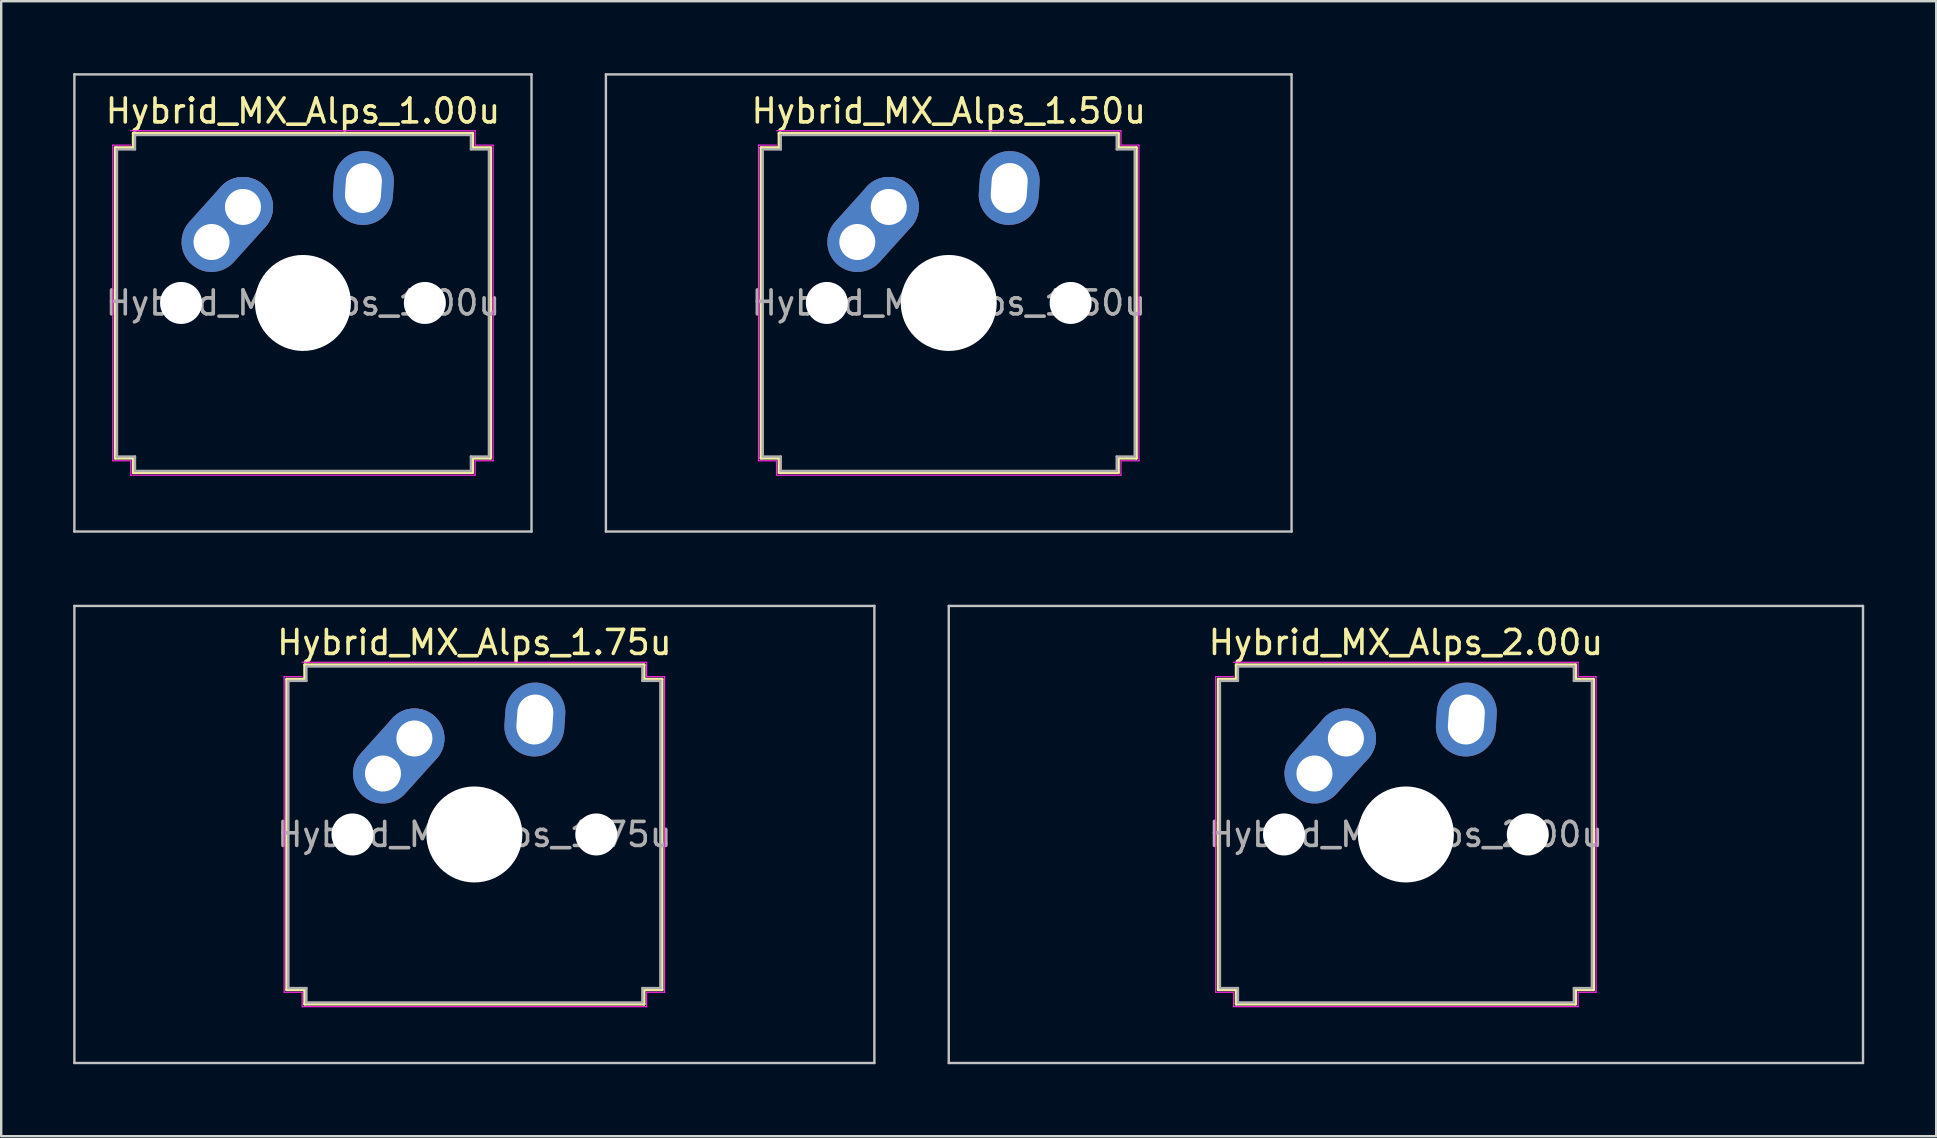
<source format=kicad_pcb>
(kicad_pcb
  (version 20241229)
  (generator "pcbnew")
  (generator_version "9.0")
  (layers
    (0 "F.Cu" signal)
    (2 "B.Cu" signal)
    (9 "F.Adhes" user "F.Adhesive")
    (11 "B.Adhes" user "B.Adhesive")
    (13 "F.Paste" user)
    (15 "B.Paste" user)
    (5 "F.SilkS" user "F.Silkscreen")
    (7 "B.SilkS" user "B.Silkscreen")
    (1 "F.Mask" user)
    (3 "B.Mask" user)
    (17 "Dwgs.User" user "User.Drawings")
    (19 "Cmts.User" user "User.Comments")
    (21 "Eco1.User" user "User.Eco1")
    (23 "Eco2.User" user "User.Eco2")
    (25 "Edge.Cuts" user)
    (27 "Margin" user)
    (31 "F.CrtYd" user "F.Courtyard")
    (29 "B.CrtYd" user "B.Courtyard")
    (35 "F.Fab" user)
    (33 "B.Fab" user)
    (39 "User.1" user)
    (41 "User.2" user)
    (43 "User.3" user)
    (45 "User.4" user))
  (footprint "Hybrid_MX_Alps_1.50u"
    (layer "F.Cu")
    (at 36.487 9.575)
    (property "Reference" "Hybrid_MX_Alps_1.50u" (at 0 -8 0) (layer "F.SilkS") (effects (font (size 1 1) (thickness 0.15))))
    (attr through_hole)
    (fp_line (start -7.821 -6.471) (end -7.071 -6.471) (stroke (width 0.12) (type solid)) (layer "F.SilkS"))
    (fp_line (start -7.821 6.471) (end -7.821 -6.471) (stroke (width 0.12) (type solid)) (layer "F.SilkS"))
    (fp_line (start -7.071 -7.071) (end 7.071 -7.071) (stroke (width 0.12) (type solid)) (layer "F.SilkS"))
    (fp_line (start -7.071 -6.471) (end -7.071 -7.071) (stroke (width 0.12) (type solid)) (layer "F.SilkS"))
    (fp_line (start -7.071 6.471) (end -7.821 6.471) (stroke (width 0.12) (type solid)) (layer "F.SilkS"))
    (fp_line (start -7.071 7.071) (end -7.071 6.471) (stroke (width 0.12) (type solid)) (layer "F.SilkS"))
    (fp_line (start 7.071 -7.071) (end 7.071 -6.471) (stroke (width 0.12) (type solid)) (layer "F.SilkS"))
    (fp_line (start 7.071 -6.471) (end 7.821 -6.471) (stroke (width 0.12) (type solid)) (layer "F.SilkS"))
    (fp_line (start 7.071 6.471) (end 7.071 7.071) (stroke (width 0.12) (type solid)) (layer "F.SilkS"))
    (fp_line (start 7.071 7.071) (end -7.071 7.071) (stroke (width 0.12) (type solid)) (layer "F.SilkS"))
    (fp_line (start 7.821 -6.471) (end 7.821 6.471) (stroke (width 0.12) (type solid)) (layer "F.SilkS"))
    (fp_line (start 7.821 6.471) (end 7.071 6.471) (stroke (width 0.12) (type solid)) (layer "F.SilkS"))
    (fp_line (start -14.287 -9.525) (end -14.287 9.525) (stroke (width 0.1) (type solid)) (layer "Dwgs.User"))
    (fp_line (start -14.287 9.525) (end 14.287 9.525) (stroke (width 0.1) (type solid)) (layer "Dwgs.User"))
    (fp_line (start 14.287 -9.525) (end -14.287 -9.525) (stroke (width 0.1) (type solid)) (layer "Dwgs.User"))
    (fp_line (start 14.287 9.525) (end 14.287 -9.525) (stroke (width 0.1) (type solid)) (layer "Dwgs.User"))
    (fp_line (start -7.927 -6.577) (end -7.177 -6.577) (stroke (width 0.05) (type solid)) (layer "F.CrtYd"))
    (fp_line (start -7.927 6.577) (end -7.927 -6.577) (stroke (width 0.05) (type solid)) (layer "F.CrtYd"))
    (fp_line (start -7.177 -7.177) (end 7.177 -7.177) (stroke (width 0.05) (type solid)) (layer "F.CrtYd"))
    (fp_line (start -7.177 6.577) (end -7.927 6.577) (stroke (width 0.05) (type solid)) (layer "F.CrtYd"))
    (fp_line (start -7.177 7.177) (end -7.177 6.577) (stroke (width 0.05) (type solid)) (layer "F.CrtYd"))
    (fp_line (start 7.177 -7.177) (end 7.177 -6.577) (stroke (width 0.05) (type solid)) (layer "F.CrtYd"))
    (fp_line (start 7.177 -6.577) (end 7.927 -6.577) (stroke (width 0.05) (type solid)) (layer "F.CrtYd"))
    (fp_line (start 7.177 6.577) (end 7.177 7.177) (stroke (width 0.05) (type solid)) (layer "F.CrtYd"))
    (fp_line (start 7.177 7.177) (end -7.177 7.177) (stroke (width 0.05) (type solid)) (layer "F.CrtYd"))
    (fp_line (start 7.927 -6.577) (end 7.927 6.577) (stroke (width 0.05) (type solid)) (layer "F.CrtYd"))
    (fp_line (start 7.927 6.577) (end 7.177 6.577) (stroke (width 0.05) (type solid)) (layer "F.CrtYd"))
    (fp_line (start -7.75 -6.4) (end -7 -6.4) (stroke (width 0.1) (type solid)) (layer "F.Fab"))
    (fp_line (start -7.75 6.4) (end -7.75 -6.4) (stroke (width 0.1) (type solid)) (layer "F.Fab"))
    (fp_line (start -7 -7) (end 7 -7) (stroke (width 0.1) (type solid)) (layer "F.Fab"))
    (fp_line (start -7 -6.4) (end -7 -7) (stroke (width 0.1) (type solid)) (layer "F.Fab"))
    (fp_line (start -7 6.4) (end -7.75 6.4) (stroke (width 0.1) (type solid)) (layer "F.Fab"))
    (fp_line (start -7 7) (end -7 6.4) (stroke (width 0.1) (type solid)) (layer "F.Fab"))
    (fp_line (start 7 -7) (end 7 -6.4) (stroke (width 0.1) (type solid)) (layer "F.Fab"))
    (fp_line (start 7 -6.4) (end 7.75 -6.4) (stroke (width 0.1) (type solid)) (layer "F.Fab"))
    (fp_line (start 7 6.4) (end 7 7) (stroke (width 0.1) (type solid)) (layer "F.Fab"))
    (fp_line (start 7 7) (end -7 7) (stroke (width 0.1) (type solid)) (layer "F.Fab"))
    (fp_line (start 7.75 -6.4) (end 7.75 6.4) (stroke (width 0.1) (type solid)) (layer "F.Fab"))
    (fp_line (start 7.75 6.4) (end 7 6.4) (stroke (width 0.1) (type solid)) (layer "F.Fab"))
    (fp_text user "${REFERENCE}" (at 0 0 0) (layer "F.Fab") (effects (font (size 1 1) (thickness 0.15))))
    (pad "" np_thru_hole circle (at -5.08 0) (size 1.75 1.75) (drill 1.75) (layers "*.Cu" "*.Mask"))
    (pad "" np_thru_hole circle (at 0 0) (size 4 4) (drill 4) (layers "*.Cu" "*.Mask"))
    (pad "" np_thru_hole circle (at 5.08 0) (size 1.75 1.75) (drill 1.75) (layers "*.Cu" "*.Mask"))
    (pad "1" thru_hole oval (at -3.81 -2.54 48) (size 4.462 2.5) (drill 1.5 (offset 0.981 0)) (layers "*.Cu" "*.Mask"))
    (pad "1" thru_hole circle (at -2.5 -4) (size 2.5 2.5) (drill 1.5) (layers "*.Cu" "*.Mask"))
    (pad "2" thru_hole oval (at 2.52 -4.79 86) (size 3.081 2.5) (drill oval 2.081 1.5) (layers "*.Cu" "*.Mask")))
  (footprint "Hybrid_MX_Alps_1.75u"
    (layer "F.Cu")
    (at 16.719 31.725)
    (property "Reference" "Hybrid_MX_Alps_1.75u" (at 0 -8 0) (layer "F.SilkS") (effects (font (size 1 1) (thickness 0.15))))
    (attr through_hole)
    (fp_line (start -7.821 -6.471) (end -7.071 -6.471) (stroke (width 0.12) (type solid)) (layer "F.SilkS"))
    (fp_line (start -7.821 6.471) (end -7.821 -6.471) (stroke (width 0.12) (type solid)) (layer "F.SilkS"))
    (fp_line (start -7.071 -7.071) (end 7.071 -7.071) (stroke (width 0.12) (type solid)) (layer "F.SilkS"))
    (fp_line (start -7.071 -6.471) (end -7.071 -7.071) (stroke (width 0.12) (type solid)) (layer "F.SilkS"))
    (fp_line (start -7.071 6.471) (end -7.821 6.471) (stroke (width 0.12) (type solid)) (layer "F.SilkS"))
    (fp_line (start -7.071 7.071) (end -7.071 6.471) (stroke (width 0.12) (type solid)) (layer "F.SilkS"))
    (fp_line (start 7.071 -7.071) (end 7.071 -6.471) (stroke (width 0.12) (type solid)) (layer "F.SilkS"))
    (fp_line (start 7.071 -6.471) (end 7.821 -6.471) (stroke (width 0.12) (type solid)) (layer "F.SilkS"))
    (fp_line (start 7.071 6.471) (end 7.071 7.071) (stroke (width 0.12) (type solid)) (layer "F.SilkS"))
    (fp_line (start 7.071 7.071) (end -7.071 7.071) (stroke (width 0.12) (type solid)) (layer "F.SilkS"))
    (fp_line (start 7.821 -6.471) (end 7.821 6.471) (stroke (width 0.12) (type solid)) (layer "F.SilkS"))
    (fp_line (start 7.821 6.471) (end 7.071 6.471) (stroke (width 0.12) (type solid)) (layer "F.SilkS"))
    (fp_line (start -16.669 -9.525) (end -16.669 9.525) (stroke (width 0.1) (type solid)) (layer "Dwgs.User"))
    (fp_line (start -16.669 9.525) (end 16.669 9.525) (stroke (width 0.1) (type solid)) (layer "Dwgs.User"))
    (fp_line (start 16.669 -9.525) (end -16.669 -9.525) (stroke (width 0.1) (type solid)) (layer "Dwgs.User"))
    (fp_line (start 16.669 9.525) (end 16.669 -9.525) (stroke (width 0.1) (type solid)) (layer "Dwgs.User"))
    (fp_line (start -7.927 -6.577) (end -7.177 -6.577) (stroke (width 0.05) (type solid)) (layer "F.CrtYd"))
    (fp_line (start -7.927 6.577) (end -7.927 -6.577) (stroke (width 0.05) (type solid)) (layer "F.CrtYd"))
    (fp_line (start -7.177 -7.177) (end 7.177 -7.177) (stroke (width 0.05) (type solid)) (layer "F.CrtYd"))
    (fp_line (start -7.177 6.577) (end -7.927 6.577) (stroke (width 0.05) (type solid)) (layer "F.CrtYd"))
    (fp_line (start -7.177 7.177) (end -7.177 6.577) (stroke (width 0.05) (type solid)) (layer "F.CrtYd"))
    (fp_line (start 7.177 -7.177) (end 7.177 -6.577) (stroke (width 0.05) (type solid)) (layer "F.CrtYd"))
    (fp_line (start 7.177 -6.577) (end 7.927 -6.577) (stroke (width 0.05) (type solid)) (layer "F.CrtYd"))
    (fp_line (start 7.177 6.577) (end 7.177 7.177) (stroke (width 0.05) (type solid)) (layer "F.CrtYd"))
    (fp_line (start 7.177 7.177) (end -7.177 7.177) (stroke (width 0.05) (type solid)) (layer "F.CrtYd"))
    (fp_line (start 7.927 -6.577) (end 7.927 6.577) (stroke (width 0.05) (type solid)) (layer "F.CrtYd"))
    (fp_line (start 7.927 6.577) (end 7.177 6.577) (stroke (width 0.05) (type solid)) (layer "F.CrtYd"))
    (fp_line (start -7.75 -6.4) (end -7 -6.4) (stroke (width 0.1) (type solid)) (layer "F.Fab"))
    (fp_line (start -7.75 6.4) (end -7.75 -6.4) (stroke (width 0.1) (type solid)) (layer "F.Fab"))
    (fp_line (start -7 -7) (end 7 -7) (stroke (width 0.1) (type solid)) (layer "F.Fab"))
    (fp_line (start -7 -6.4) (end -7 -7) (stroke (width 0.1) (type solid)) (layer "F.Fab"))
    (fp_line (start -7 6.4) (end -7.75 6.4) (stroke (width 0.1) (type solid)) (layer "F.Fab"))
    (fp_line (start -7 7) (end -7 6.4) (stroke (width 0.1) (type solid)) (layer "F.Fab"))
    (fp_line (start 7 -7) (end 7 -6.4) (stroke (width 0.1) (type solid)) (layer "F.Fab"))
    (fp_line (start 7 -6.4) (end 7.75 -6.4) (stroke (width 0.1) (type solid)) (layer "F.Fab"))
    (fp_line (start 7 6.4) (end 7 7) (stroke (width 0.1) (type solid)) (layer "F.Fab"))
    (fp_line (start 7 7) (end -7 7) (stroke (width 0.1) (type solid)) (layer "F.Fab"))
    (fp_line (start 7.75 -6.4) (end 7.75 6.4) (stroke (width 0.1) (type solid)) (layer "F.Fab"))
    (fp_line (start 7.75 6.4) (end 7 6.4) (stroke (width 0.1) (type solid)) (layer "F.Fab"))
    (fp_text user "${REFERENCE}" (at 0 0 0) (layer "F.Fab") (effects (font (size 1 1) (thickness 0.15))))
    (pad "" np_thru_hole circle (at -5.08 0) (size 1.75 1.75) (drill 1.75) (layers "*.Cu" "*.Mask"))
    (pad "" np_thru_hole circle (at 0 0) (size 4 4) (drill 4) (layers "*.Cu" "*.Mask"))
    (pad "" np_thru_hole circle (at 5.08 0) (size 1.75 1.75) (drill 1.75) (layers "*.Cu" "*.Mask"))
    (pad "1" thru_hole oval (at -3.81 -2.54 48) (size 4.462 2.5) (drill 1.5 (offset 0.981 0)) (layers "*.Cu" "*.Mask"))
    (pad "1" thru_hole circle (at -2.5 -4) (size 2.5 2.5) (drill 1.5) (layers "*.Cu" "*.Mask"))
    (pad "2" thru_hole oval (at 2.52 -4.79 86) (size 3.081 2.5) (drill oval 2.081 1.5) (layers "*.Cu" "*.Mask")))
  (footprint "Hybrid_MX_Alps_1.00u"
    (layer "F.Cu")
    (at 9.575 9.575)
    (property "Reference" "Hybrid_MX_Alps_1.00u" (at 0 -8 0) (layer "F.SilkS") (effects (font (size 1 1) (thickness 0.15))))
    (attr through_hole)
    (fp_line (start -7.821 -6.471) (end -7.071 -6.471) (stroke (width 0.12) (type solid)) (layer "F.SilkS"))
    (fp_line (start -7.821 6.471) (end -7.821 -6.471) (stroke (width 0.12) (type solid)) (layer "F.SilkS"))
    (fp_line (start -7.071 -7.071) (end 7.071 -7.071) (stroke (width 0.12) (type solid)) (layer "F.SilkS"))
    (fp_line (start -7.071 -6.471) (end -7.071 -7.071) (stroke (width 0.12) (type solid)) (layer "F.SilkS"))
    (fp_line (start -7.071 6.471) (end -7.821 6.471) (stroke (width 0.12) (type solid)) (layer "F.SilkS"))
    (fp_line (start -7.071 7.071) (end -7.071 6.471) (stroke (width 0.12) (type solid)) (layer "F.SilkS"))
    (fp_line (start 7.071 -7.071) (end 7.071 -6.471) (stroke (width 0.12) (type solid)) (layer "F.SilkS"))
    (fp_line (start 7.071 -6.471) (end 7.821 -6.471) (stroke (width 0.12) (type solid)) (layer "F.SilkS"))
    (fp_line (start 7.071 6.471) (end 7.071 7.071) (stroke (width 0.12) (type solid)) (layer "F.SilkS"))
    (fp_line (start 7.071 7.071) (end -7.071 7.071) (stroke (width 0.12) (type solid)) (layer "F.SilkS"))
    (fp_line (start 7.821 -6.471) (end 7.821 6.471) (stroke (width 0.12) (type solid)) (layer "F.SilkS"))
    (fp_line (start 7.821 6.471) (end 7.071 6.471) (stroke (width 0.12) (type solid)) (layer "F.SilkS"))
    (fp_line (start -9.525 -9.525) (end -9.525 9.525) (stroke (width 0.1) (type solid)) (layer "Dwgs.User"))
    (fp_line (start -9.525 9.525) (end 9.525 9.525) (stroke (width 0.1) (type solid)) (layer "Dwgs.User"))
    (fp_line (start 9.525 -9.525) (end -9.525 -9.525) (stroke (width 0.1) (type solid)) (layer "Dwgs.User"))
    (fp_line (start 9.525 9.525) (end 9.525 -9.525) (stroke (width 0.1) (type solid)) (layer "Dwgs.User"))
    (fp_line (start -7.927 -6.577) (end -7.177 -6.577) (stroke (width 0.05) (type solid)) (layer "F.CrtYd"))
    (fp_line (start -7.927 6.577) (end -7.927 -6.577) (stroke (width 0.05) (type solid)) (layer "F.CrtYd"))
    (fp_line (start -7.177 -7.177) (end 7.177 -7.177) (stroke (width 0.05) (type solid)) (layer "F.CrtYd"))
    (fp_line (start -7.177 6.577) (end -7.927 6.577) (stroke (width 0.05) (type solid)) (layer "F.CrtYd"))
    (fp_line (start -7.177 7.177) (end -7.177 6.577) (stroke (width 0.05) (type solid)) (layer "F.CrtYd"))
    (fp_line (start 7.177 -7.177) (end 7.177 -6.577) (stroke (width 0.05) (type solid)) (layer "F.CrtYd"))
    (fp_line (start 7.177 -6.577) (end 7.927 -6.577) (stroke (width 0.05) (type solid)) (layer "F.CrtYd"))
    (fp_line (start 7.177 6.577) (end 7.177 7.177) (stroke (width 0.05) (type solid)) (layer "F.CrtYd"))
    (fp_line (start 7.177 7.177) (end -7.177 7.177) (stroke (width 0.05) (type solid)) (layer "F.CrtYd"))
    (fp_line (start 7.927 -6.577) (end 7.927 6.577) (stroke (width 0.05) (type solid)) (layer "F.CrtYd"))
    (fp_line (start 7.927 6.577) (end 7.177 6.577) (stroke (width 0.05) (type solid)) (layer "F.CrtYd"))
    (fp_line (start -7.75 -6.4) (end -7 -6.4) (stroke (width 0.1) (type solid)) (layer "F.Fab"))
    (fp_line (start -7.75 6.4) (end -7.75 -6.4) (stroke (width 0.1) (type solid)) (layer "F.Fab"))
    (fp_line (start -7 -7) (end 7 -7) (stroke (width 0.1) (type solid)) (layer "F.Fab"))
    (fp_line (start -7 -6.4) (end -7 -7) (stroke (width 0.1) (type solid)) (layer "F.Fab"))
    (fp_line (start -7 6.4) (end -7.75 6.4) (stroke (width 0.1) (type solid)) (layer "F.Fab"))
    (fp_line (start -7 7) (end -7 6.4) (stroke (width 0.1) (type solid)) (layer "F.Fab"))
    (fp_line (start 7 -7) (end 7 -6.4) (stroke (width 0.1) (type solid)) (layer "F.Fab"))
    (fp_line (start 7 -6.4) (end 7.75 -6.4) (stroke (width 0.1) (type solid)) (layer "F.Fab"))
    (fp_line (start 7 6.4) (end 7 7) (stroke (width 0.1) (type solid)) (layer "F.Fab"))
    (fp_line (start 7 7) (end -7 7) (stroke (width 0.1) (type solid)) (layer "F.Fab"))
    (fp_line (start 7.75 -6.4) (end 7.75 6.4) (stroke (width 0.1) (type solid)) (layer "F.Fab"))
    (fp_line (start 7.75 6.4) (end 7 6.4) (stroke (width 0.1) (type solid)) (layer "F.Fab"))
    (fp_text user "${REFERENCE}" (at 0 0 0) (layer "F.Fab") (effects (font (size 1 1) (thickness 0.15))))
    (pad "" np_thru_hole circle (at -5.08 0) (size 1.75 1.75) (drill 1.75) (layers "*.Cu" "*.Mask"))
    (pad "" np_thru_hole circle (at 0 0) (size 4 4) (drill 4) (layers "*.Cu" "*.Mask"))
    (pad "" np_thru_hole circle (at 5.08 0) (size 1.75 1.75) (drill 1.75) (layers "*.Cu" "*.Mask"))
    (pad "1" thru_hole oval (at -3.81 -2.54 48) (size 4.462 2.5) (drill 1.5 (offset 0.981 0)) (layers "*.Cu" "*.Mask"))
    (pad "1" thru_hole circle (at -2.5 -4) (size 2.5 2.5) (drill 1.5) (layers "*.Cu" "*.Mask"))
    (pad "2" thru_hole oval (at 2.52 -4.79 86) (size 3.081 2.5) (drill oval 2.081 1.5) (layers "*.Cu" "*.Mask")))
  (footprint "Hybrid_MX_Alps_2.00u"
    (layer "F.Cu")
    (at 55.538 31.725)
    (property "Reference" "Hybrid_MX_Alps_2.00u" (at 0 -8 0) (layer "F.SilkS") (effects (font (size 1 1) (thickness 0.15))))
    (attr through_hole)
    (fp_line (start -7.821 -6.471) (end -7.071 -6.471) (stroke (width 0.12) (type solid)) (layer "F.SilkS"))
    (fp_line (start -7.821 6.471) (end -7.821 -6.471) (stroke (width 0.12) (type solid)) (layer "F.SilkS"))
    (fp_line (start -7.071 -7.071) (end 7.071 -7.071) (stroke (width 0.12) (type solid)) (layer "F.SilkS"))
    (fp_line (start -7.071 -6.471) (end -7.071 -7.071) (stroke (width 0.12) (type solid)) (layer "F.SilkS"))
    (fp_line (start -7.071 6.471) (end -7.821 6.471) (stroke (width 0.12) (type solid)) (layer "F.SilkS"))
    (fp_line (start -7.071 7.071) (end -7.071 6.471) (stroke (width 0.12) (type solid)) (layer "F.SilkS"))
    (fp_line (start 7.071 -7.071) (end 7.071 -6.471) (stroke (width 0.12) (type solid)) (layer "F.SilkS"))
    (fp_line (start 7.071 -6.471) (end 7.821 -6.471) (stroke (width 0.12) (type solid)) (layer "F.SilkS"))
    (fp_line (start 7.071 6.471) (end 7.071 7.071) (stroke (width 0.12) (type solid)) (layer "F.SilkS"))
    (fp_line (start 7.071 7.071) (end -7.071 7.071) (stroke (width 0.12) (type solid)) (layer "F.SilkS"))
    (fp_line (start 7.821 -6.471) (end 7.821 6.471) (stroke (width 0.12) (type solid)) (layer "F.SilkS"))
    (fp_line (start 7.821 6.471) (end 7.071 6.471) (stroke (width 0.12) (type solid)) (layer "F.SilkS"))
    (fp_line (start -19.05 -9.525) (end -19.05 9.525) (stroke (width 0.1) (type solid)) (layer "Dwgs.User"))
    (fp_line (start -19.05 9.525) (end 19.05 9.525) (stroke (width 0.1) (type solid)) (layer "Dwgs.User"))
    (fp_line (start 19.05 -9.525) (end -19.05 -9.525) (stroke (width 0.1) (type solid)) (layer "Dwgs.User"))
    (fp_line (start 19.05 9.525) (end 19.05 -9.525) (stroke (width 0.1) (type solid)) (layer "Dwgs.User"))
    (fp_line (start -7.927 -6.577) (end -7.177 -6.577) (stroke (width 0.05) (type solid)) (layer "F.CrtYd"))
    (fp_line (start -7.927 6.577) (end -7.927 -6.577) (stroke (width 0.05) (type solid)) (layer "F.CrtYd"))
    (fp_line (start -7.177 -7.177) (end 7.177 -7.177) (stroke (width 0.05) (type solid)) (layer "F.CrtYd"))
    (fp_line (start -7.177 6.577) (end -7.927 6.577) (stroke (width 0.05) (type solid)) (layer "F.CrtYd"))
    (fp_line (start -7.177 7.177) (end -7.177 6.577) (stroke (width 0.05) (type solid)) (layer "F.CrtYd"))
    (fp_line (start 7.177 -7.177) (end 7.177 -6.577) (stroke (width 0.05) (type solid)) (layer "F.CrtYd"))
    (fp_line (start 7.177 -6.577) (end 7.927 -6.577) (stroke (width 0.05) (type solid)) (layer "F.CrtYd"))
    (fp_line (start 7.177 6.577) (end 7.177 7.177) (stroke (width 0.05) (type solid)) (layer "F.CrtYd"))
    (fp_line (start 7.177 7.177) (end -7.177 7.177) (stroke (width 0.05) (type solid)) (layer "F.CrtYd"))
    (fp_line (start 7.927 -6.577) (end 7.927 6.577) (stroke (width 0.05) (type solid)) (layer "F.CrtYd"))
    (fp_line (start 7.927 6.577) (end 7.177 6.577) (stroke (width 0.05) (type solid)) (layer "F.CrtYd"))
    (fp_line (start -7.75 -6.4) (end -7 -6.4) (stroke (width 0.1) (type solid)) (layer "F.Fab"))
    (fp_line (start -7.75 6.4) (end -7.75 -6.4) (stroke (width 0.1) (type solid)) (layer "F.Fab"))
    (fp_line (start -7 -7) (end 7 -7) (stroke (width 0.1) (type solid)) (layer "F.Fab"))
    (fp_line (start -7 -6.4) (end -7 -7) (stroke (width 0.1) (type solid)) (layer "F.Fab"))
    (fp_line (start -7 6.4) (end -7.75 6.4) (stroke (width 0.1) (type solid)) (layer "F.Fab"))
    (fp_line (start -7 7) (end -7 6.4) (stroke (width 0.1) (type solid)) (layer "F.Fab"))
    (fp_line (start 7 -7) (end 7 -6.4) (stroke (width 0.1) (type solid)) (layer "F.Fab"))
    (fp_line (start 7 -6.4) (end 7.75 -6.4) (stroke (width 0.1) (type solid)) (layer "F.Fab"))
    (fp_line (start 7 6.4) (end 7 7) (stroke (width 0.1) (type solid)) (layer "F.Fab"))
    (fp_line (start 7 7) (end -7 7) (stroke (width 0.1) (type solid)) (layer "F.Fab"))
    (fp_line (start 7.75 -6.4) (end 7.75 6.4) (stroke (width 0.1) (type solid)) (layer "F.Fab"))
    (fp_line (start 7.75 6.4) (end 7 6.4) (stroke (width 0.1) (type solid)) (layer "F.Fab"))
    (fp_text user "${REFERENCE}" (at 0 0 0) (layer "F.Fab") (effects (font (size 1 1) (thickness 0.15))))
    (pad "" np_thru_hole circle (at -5.08 0) (size 1.75 1.75) (drill 1.75) (layers "*.Cu" "*.Mask"))
    (pad "" np_thru_hole circle (at 0 0) (size 4 4) (drill 4) (layers "*.Cu" "*.Mask"))
    (pad "" np_thru_hole circle (at 5.08 0) (size 1.75 1.75) (drill 1.75) (layers "*.Cu" "*.Mask"))
    (pad "1" thru_hole oval (at -3.81 -2.54 48) (size 4.462 2.5) (drill 1.5 (offset 0.981 0)) (layers "*.Cu" "*.Mask"))
    (pad "1" thru_hole circle (at -2.5 -4) (size 2.5 2.5) (drill 1.5) (layers "*.Cu" "*.Mask"))
    (pad "2" thru_hole oval (at 2.52 -4.79 86) (size 3.081 2.5) (drill oval 2.081 1.5) (layers "*.Cu" "*.Mask")))
  (gr_rect
    (start -3 -3)
    (end 77.638 44.3)
    (stroke (width 0.1) (type default))
    (fill no)
    (layer "Edge.Cuts")))
</source>
